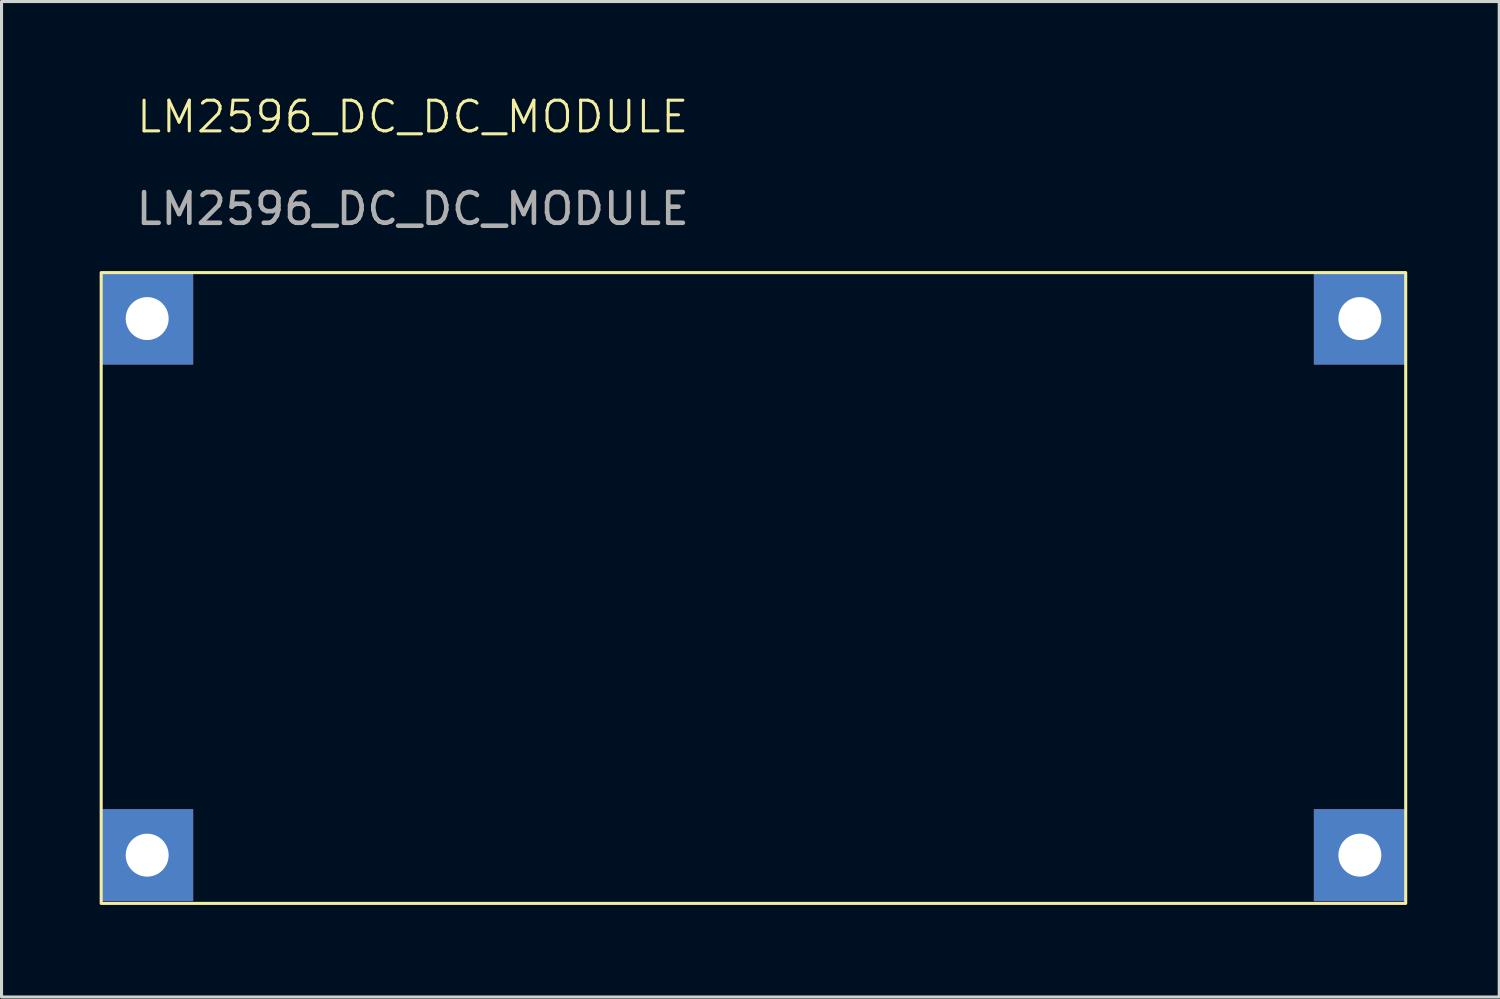
<source format=kicad_pcb>
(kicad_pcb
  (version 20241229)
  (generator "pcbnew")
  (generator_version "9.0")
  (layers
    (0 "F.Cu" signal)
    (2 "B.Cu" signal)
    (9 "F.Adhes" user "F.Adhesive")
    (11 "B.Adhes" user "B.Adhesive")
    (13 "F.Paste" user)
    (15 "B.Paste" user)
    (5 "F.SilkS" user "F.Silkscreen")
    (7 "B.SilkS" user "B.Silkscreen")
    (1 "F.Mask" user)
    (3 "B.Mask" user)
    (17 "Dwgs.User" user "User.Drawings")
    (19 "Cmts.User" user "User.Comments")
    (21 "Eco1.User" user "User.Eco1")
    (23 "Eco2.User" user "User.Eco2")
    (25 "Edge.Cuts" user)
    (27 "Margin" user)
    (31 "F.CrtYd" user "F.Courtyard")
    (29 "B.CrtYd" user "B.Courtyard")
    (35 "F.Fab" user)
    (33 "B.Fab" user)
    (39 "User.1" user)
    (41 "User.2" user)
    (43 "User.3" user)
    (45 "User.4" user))
  (footprint "LM2596_DC_DC_MODULE"
    (layer "F.Cu")
    (at 0.25 5.84)
    (property "Reference" "LM2596_DC_DC_MODULE" (at 10.16 -5.08 0) (unlocked yes) (layer "F.SilkS") (effects (font (size 1 1) (thickness 0.1))))
    (attr through_hole)
    (fp_rect (start 0 0) (end 42.545 20.574) (stroke (width 0.1) (type default)) (fill no) (layer "F.SilkS"))
    (fp_text user "${REFERENCE}" (at 10.16 -2.08 0) (unlocked yes) (layer "F.Fab") (effects (font (size 1 1) (thickness 0.15))))
    (pad "1" thru_hole rect (at 1.5 1.5) (size 3 3) (drill 1.4) (layers "*.Cu" "*.Mask"))
    (pad "2" thru_hole rect (at 41.05 1.5) (size 3 3) (drill 1.4) (layers "*.Cu" "*.Mask"))
    (pad "3" thru_hole rect (at 1.5 19) (size 3 3) (drill 1.4) (layers "*.Cu" "*.Mask"))
    (pad "3" thru_hole rect (at 41.05 19) (size 3 3) (drill 1.4) (layers "*.Cu" "*.Mask")))
  (gr_rect
    (start -3 -3)
    (end 45.845 29.465)
    (stroke (width 0.1) (type default))
    (fill no)
    (layer "Edge.Cuts")))
</source>
